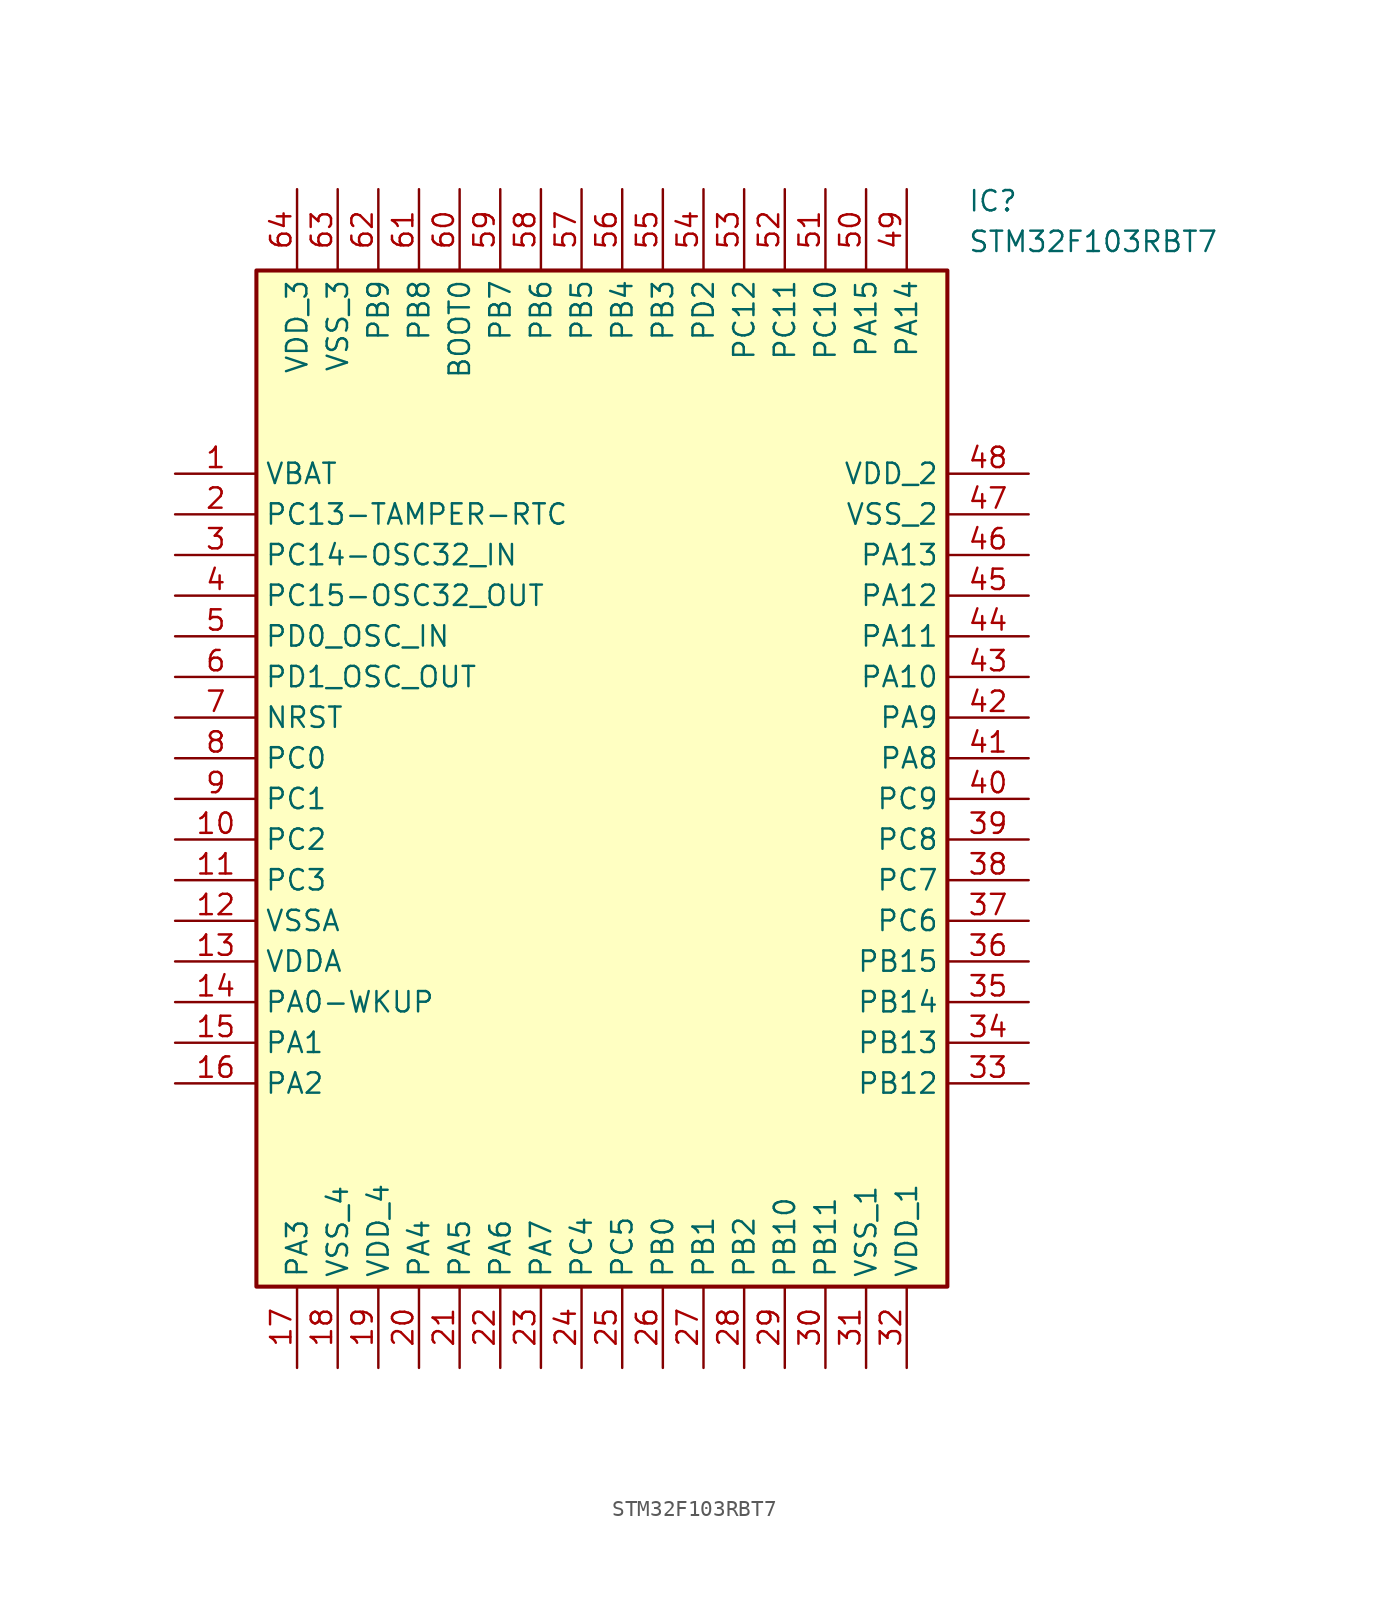
<source format=kicad_sym>
(kicad_symbol_lib
  (version 20211014)
  (generator SamacSys_ECAD_Model)
  (symbol "STM32F103RBT7"
    (property "Reference" "IC"
      (at 49.53 17.78 0)
      (effects (font (size 1.27 1.27)) (justify left top)))
    (property "Value" "STM32F103RBT7"
      (at 49.53 15.24 0)
      (effects (font (size 1.27 1.27)) (justify left top)))
    (rectangle
      (start 5.08 12.7)
      (end 48.26 -50.8)
      (stroke (width 0.254) (type default))
      (fill (type background)))
    (pin passive line
      (at 0 0 0)
      (length 5.08)
      (name "VBAT" (effects (font (size 1.27 1.27))))
      (number "1" (effects (font (size 1.27 1.27)))))
    (pin passive line
      (at 0 -2.54 0)
      (length 5.08)
      (name "PC13-TAMPER-RTC" (effects (font (size 1.27 1.27))))
      (number "2" (effects (font (size 1.27 1.27)))))
    (pin input line
      (at 0 -5.08 0)
      (length 5.08)
      (name "PC14-OSC32_IN" (effects (font (size 1.27 1.27))))
      (number "3" (effects (font (size 1.27 1.27)))))
    (pin output line
      (at 0 -7.62 0)
      (length 5.08)
      (name "PC15-OSC32_OUT" (effects (font (size 1.27 1.27))))
      (number "4" (effects (font (size 1.27 1.27)))))
    (pin input line
      (at 0 -10.16 0)
      (length 5.08)
      (name "PD0_OSC_IN" (effects (font (size 1.27 1.27))))
      (number "5" (effects (font (size 1.27 1.27)))))
    (pin output line
      (at 0 -12.7 0)
      (length 5.08)
      (name "PD1_OSC_OUT" (effects (font (size 1.27 1.27))))
      (number "6" (effects (font (size 1.27 1.27)))))
    (pin input line
      (at 0 -15.24 0)
      (length 5.08)
      (name "NRST" (effects (font (size 1.27 1.27))))
      (number "7" (effects (font (size 1.27 1.27)))))
    (pin passive line
      (at 0 -17.78 0)
      (length 5.08)
      (name "PC0" (effects (font (size 1.27 1.27))))
      (number "8" (effects (font (size 1.27 1.27)))))
    (pin passive line
      (at 0 -20.32 0)
      (length 5.08)
      (name "PC1" (effects (font (size 1.27 1.27))))
      (number "9" (effects (font (size 1.27 1.27)))))
    (pin passive line
      (at 0 -22.86 0)
      (length 5.08)
      (name "PC2" (effects (font (size 1.27 1.27))))
      (number "10" (effects (font (size 1.27 1.27)))))
    (pin passive line
      (at 0 -25.4 0)
      (length 5.08)
      (name "PC3" (effects (font (size 1.27 1.27))))
      (number "11" (effects (font (size 1.27 1.27)))))
    (pin power_in line
      (at 0 -27.94 0)
      (length 5.08)
      (name "VSSA" (effects (font (size 1.27 1.27))))
      (number "12" (effects (font (size 1.27 1.27)))))
    (pin power_in line
      (at 0 -30.48 0)
      (length 5.08)
      (name "VDDA" (effects (font (size 1.27 1.27))))
      (number "13" (effects (font (size 1.27 1.27)))))
    (pin passive line
      (at 0 -33.02 0)
      (length 5.08)
      (name "PA0-WKUP" (effects (font (size 1.27 1.27))))
      (number "14" (effects (font (size 1.27 1.27)))))
    (pin passive line
      (at 0 -35.56 0)
      (length 5.08)
      (name "PA1" (effects (font (size 1.27 1.27))))
      (number "15" (effects (font (size 1.27 1.27)))))
    (pin passive line
      (at 0 -38.1 0)
      (length 5.08)
      (name "PA2" (effects (font (size 1.27 1.27))))
      (number "16" (effects (font (size 1.27 1.27)))))
    (pin passive line
      (at 7.62 -55.88 90)
      (length 5.08)
      (name "PA3" (effects (font (size 1.27 1.27))))
      (number "17" (effects (font (size 1.27 1.27)))))
    (pin power_in line
      (at 10.16 -55.88 90)
      (length 5.08)
      (name "VSS_4" (effects (font (size 1.27 1.27))))
      (number "18" (effects (font (size 1.27 1.27)))))
    (pin power_in line
      (at 12.7 -55.88 90)
      (length 5.08)
      (name "VDD_4" (effects (font (size 1.27 1.27))))
      (number "19" (effects (font (size 1.27 1.27)))))
    (pin passive line
      (at 15.24 -55.88 90)
      (length 5.08)
      (name "PA4" (effects (font (size 1.27 1.27))))
      (number "20" (effects (font (size 1.27 1.27)))))
    (pin passive line
      (at 17.78 -55.88 90)
      (length 5.08)
      (name "PA5" (effects (font (size 1.27 1.27))))
      (number "21" (effects (font (size 1.27 1.27)))))
    (pin passive line
      (at 20.32 -55.88 90)
      (length 5.08)
      (name "PA6" (effects (font (size 1.27 1.27))))
      (number "22" (effects (font (size 1.27 1.27)))))
    (pin passive line
      (at 22.86 -55.88 90)
      (length 5.08)
      (name "PA7" (effects (font (size 1.27 1.27))))
      (number "23" (effects (font (size 1.27 1.27)))))
    (pin passive line
      (at 25.4 -55.88 90)
      (length 5.08)
      (name "PC4" (effects (font (size 1.27 1.27))))
      (number "24" (effects (font (size 1.27 1.27)))))
    (pin passive line
      (at 27.94 -55.88 90)
      (length 5.08)
      (name "PC5" (effects (font (size 1.27 1.27))))
      (number "25" (effects (font (size 1.27 1.27)))))
    (pin passive line
      (at 30.48 -55.88 90)
      (length 5.08)
      (name "PB0" (effects (font (size 1.27 1.27))))
      (number "26" (effects (font (size 1.27 1.27)))))
    (pin passive line
      (at 33.02 -55.88 90)
      (length 5.08)
      (name "PB1" (effects (font (size 1.27 1.27))))
      (number "27" (effects (font (size 1.27 1.27)))))
    (pin passive line
      (at 35.56 -55.88 90)
      (length 5.08)
      (name "PB2" (effects (font (size 1.27 1.27))))
      (number "28" (effects (font (size 1.27 1.27)))))
    (pin passive line
      (at 38.1 -55.88 90)
      (length 5.08)
      (name "PB10" (effects (font (size 1.27 1.27))))
      (number "29" (effects (font (size 1.27 1.27)))))
    (pin passive line
      (at 40.64 -55.88 90)
      (length 5.08)
      (name "PB11" (effects (font (size 1.27 1.27))))
      (number "30" (effects (font (size 1.27 1.27)))))
    (pin power_in line
      (at 43.18 -55.88 90)
      (length 5.08)
      (name "VSS_1" (effects (font (size 1.27 1.27))))
      (number "31" (effects (font (size 1.27 1.27)))))
    (pin power_in line
      (at 45.72 -55.88 90)
      (length 5.08)
      (name "VDD_1" (effects (font (size 1.27 1.27))))
      (number "32" (effects (font (size 1.27 1.27)))))
    (pin power_in line
      (at 53.34 0 180)
      (length 5.08)
      (name "VDD_2" (effects (font (size 1.27 1.27))))
      (number "48" (effects (font (size 1.27 1.27)))))
    (pin power_in line
      (at 53.34 -2.54 180)
      (length 5.08)
      (name "VSS_2" (effects (font (size 1.27 1.27))))
      (number "47" (effects (font (size 1.27 1.27)))))
    (pin passive line
      (at 53.34 -5.08 180)
      (length 5.08)
      (name "PA13" (effects (font (size 1.27 1.27))))
      (number "46" (effects (font (size 1.27 1.27)))))
    (pin passive line
      (at 53.34 -7.62 180)
      (length 5.08)
      (name "PA12" (effects (font (size 1.27 1.27))))
      (number "45" (effects (font (size 1.27 1.27)))))
    (pin passive line
      (at 53.34 -10.16 180)
      (length 5.08)
      (name "PA11" (effects (font (size 1.27 1.27))))
      (number "44" (effects (font (size 1.27 1.27)))))
    (pin passive line
      (at 53.34 -12.7 180)
      (length 5.08)
      (name "PA10" (effects (font (size 1.27 1.27))))
      (number "43" (effects (font (size 1.27 1.27)))))
    (pin passive line
      (at 53.34 -15.24 180)
      (length 5.08)
      (name "PA9" (effects (font (size 1.27 1.27))))
      (number "42" (effects (font (size 1.27 1.27)))))
    (pin passive line
      (at 53.34 -17.78 180)
      (length 5.08)
      (name "PA8" (effects (font (size 1.27 1.27))))
      (number "41" (effects (font (size 1.27 1.27)))))
    (pin passive line
      (at 53.34 -20.32 180)
      (length 5.08)
      (name "PC9" (effects (font (size 1.27 1.27))))
      (number "40" (effects (font (size 1.27 1.27)))))
    (pin passive line
      (at 53.34 -22.86 180)
      (length 5.08)
      (name "PC8" (effects (font (size 1.27 1.27))))
      (number "39" (effects (font (size 1.27 1.27)))))
    (pin passive line
      (at 53.34 -25.4 180)
      (length 5.08)
      (name "PC7" (effects (font (size 1.27 1.27))))
      (number "38" (effects (font (size 1.27 1.27)))))
    (pin passive line
      (at 53.34 -27.94 180)
      (length 5.08)
      (name "PC6" (effects (font (size 1.27 1.27))))
      (number "37" (effects (font (size 1.27 1.27)))))
    (pin passive line
      (at 53.34 -30.48 180)
      (length 5.08)
      (name "PB15" (effects (font (size 1.27 1.27))))
      (number "36" (effects (font (size 1.27 1.27)))))
    (pin passive line
      (at 53.34 -33.02 180)
      (length 5.08)
      (name "PB14" (effects (font (size 1.27 1.27))))
      (number "35" (effects (font (size 1.27 1.27)))))
    (pin passive line
      (at 53.34 -35.56 180)
      (length 5.08)
      (name "PB13" (effects (font (size 1.27 1.27))))
      (number "34" (effects (font (size 1.27 1.27)))))
    (pin passive line
      (at 53.34 -38.1 180)
      (length 5.08)
      (name "PB12" (effects (font (size 1.27 1.27))))
      (number "33" (effects (font (size 1.27 1.27)))))
    (pin power_in line
      (at 7.62 17.78 270)
      (length 5.08)
      (name "VDD_3" (effects (font (size 1.27 1.27))))
      (number "64" (effects (font (size 1.27 1.27)))))
    (pin power_in line
      (at 10.16 17.78 270)
      (length 5.08)
      (name "VSS_3" (effects (font (size 1.27 1.27))))
      (number "63" (effects (font (size 1.27 1.27)))))
    (pin passive line
      (at 12.7 17.78 270)
      (length 5.08)
      (name "PB9" (effects (font (size 1.27 1.27))))
      (number "62" (effects (font (size 1.27 1.27)))))
    (pin passive line
      (at 15.24 17.78 270)
      (length 5.08)
      (name "PB8" (effects (font (size 1.27 1.27))))
      (number "61" (effects (font (size 1.27 1.27)))))
    (pin passive line
      (at 17.78 17.78 270)
      (length 5.08)
      (name "BOOT0" (effects (font (size 1.27 1.27))))
      (number "60" (effects (font (size 1.27 1.27)))))
    (pin passive line
      (at 20.32 17.78 270)
      (length 5.08)
      (name "PB7" (effects (font (size 1.27 1.27))))
      (number "59" (effects (font (size 1.27 1.27)))))
    (pin passive line
      (at 22.86 17.78 270)
      (length 5.08)
      (name "PB6" (effects (font (size 1.27 1.27))))
      (number "58" (effects (font (size 1.27 1.27)))))
    (pin passive line
      (at 25.4 17.78 270)
      (length 5.08)
      (name "PB5" (effects (font (size 1.27 1.27))))
      (number "57" (effects (font (size 1.27 1.27)))))
    (pin passive line
      (at 27.94 17.78 270)
      (length 5.08)
      (name "PB4" (effects (font (size 1.27 1.27))))
      (number "56" (effects (font (size 1.27 1.27)))))
    (pin passive line
      (at 30.48 17.78 270)
      (length 5.08)
      (name "PB3" (effects (font (size 1.27 1.27))))
      (number "55" (effects (font (size 1.27 1.27)))))
    (pin passive line
      (at 33.02 17.78 270)
      (length 5.08)
      (name "PD2" (effects (font (size 1.27 1.27))))
      (number "54" (effects (font (size 1.27 1.27)))))
    (pin passive line
      (at 35.56 17.78 270)
      (length 5.08)
      (name "PC12" (effects (font (size 1.27 1.27))))
      (number "53" (effects (font (size 1.27 1.27)))))
    (pin passive line
      (at 38.1 17.78 270)
      (length 5.08)
      (name "PC11" (effects (font (size 1.27 1.27))))
      (number "52" (effects (font (size 1.27 1.27)))))
    (pin passive line
      (at 40.64 17.78 270)
      (length 5.08)
      (name "PC10" (effects (font (size 1.27 1.27))))
      (number "51" (effects (font (size 1.27 1.27)))))
    (pin passive line
      (at 43.18 17.78 270)
      (length 5.08)
      (name "PA15" (effects (font (size 1.27 1.27))))
      (number "50" (effects (font (size 1.27 1.27)))))
    (pin passive line
      (at 45.72 17.78 270)
      (length 5.08)
      (name "PA14" (effects (font (size 1.27 1.27))))
      (number "49" (effects (font (size 1.27 1.27)))))))
</source>
